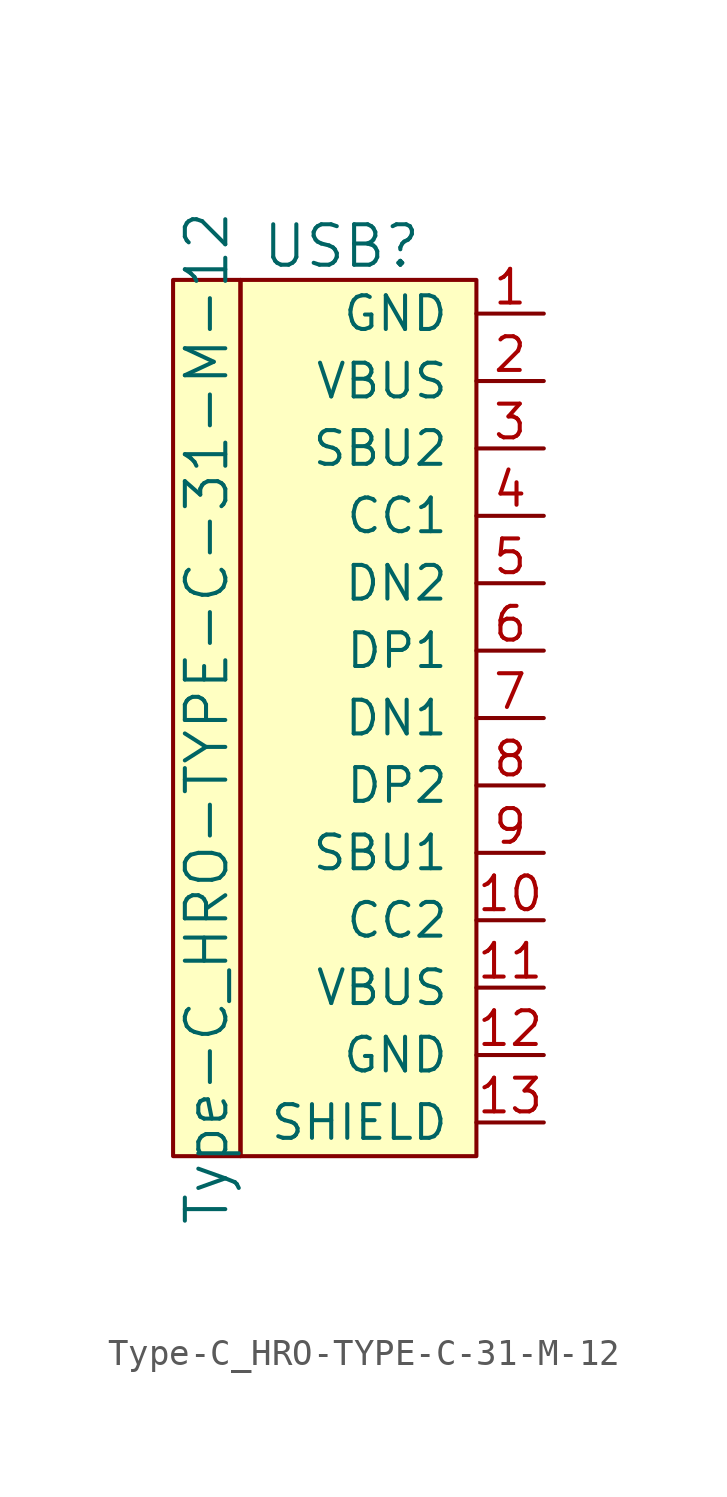
<source format=kicad_sym>
(kicad_symbol_lib
  (version 20231120)
  (generator "kicad_symbol_editor")
  (generator_version "8.0")
  (symbol "Type-C_HRO-TYPE-C-31-M-12"
    (pin_names
      (offset 1.016))
    (property "Reference" "USB"
      (at -5.08 16.51 0)
      (effects (font (size 1.524 1.524))))
    (property "Value" "Type-C_HRO-TYPE-C-31-M-12"
      (at -10.16 -1.27 90)
      (effects (font (size 1.524 1.524))))
    (symbol "Type-C_HRO-TYPE-C-31-M-12_0_1"
      (rectangle (start -11.43 15.24) (end -8.89 -17.78) (stroke (width 0) (type solid)) (fill (type background)))
      (rectangle (start 0 -17.78) (end -8.89 15.24) (stroke (width 0) (type solid)) (fill (type background))))
    (symbol "Type-C_HRO-TYPE-C-31-M-12_1_1"
      (pin input line (at 2.54 13.97 180) (length 2.54) (name "GND" (effects (font (size 1.27 1.27)))) (number "1" (effects (font (size 1.27 1.27)))))
      (pin input line (at 2.54 -8.89 180) (length 2.54) (name "CC2" (effects (font (size 1.27 1.27)))) (number "10" (effects (font (size 1.27 1.27)))))
      (pin input line (at 2.54 -11.43 180) (length 2.54) (name "VBUS" (effects (font (size 1.27 1.27)))) (number "11" (effects (font (size 1.27 1.27)))))
      (pin input line (at 2.54 -13.97 180) (length 2.54) (name "GND" (effects (font (size 1.27 1.27)))) (number "12" (effects (font (size 1.27 1.27)))))
      (pin input line (at 2.54 -16.51 180) (length 2.54) (name "SHIELD" (effects (font (size 1.27 1.27)))) (number "13" (effects (font (size 1.27 1.27)))))
      (pin input line (at 2.54 11.43 180) (length 2.54) (name "VBUS" (effects (font (size 1.27 1.27)))) (number "2" (effects (font (size 1.27 1.27)))))
      (pin input line (at 2.54 8.89 180) (length 2.54) (name "SBU2" (effects (font (size 1.27 1.27)))) (number "3" (effects (font (size 1.27 1.27)))))
      (pin input line (at 2.54 6.35 180) (length 2.54) (name "CC1" (effects (font (size 1.27 1.27)))) (number "4" (effects (font (size 1.27 1.27)))))
      (pin input line (at 2.54 3.81 180) (length 2.54) (name "DN2" (effects (font (size 1.27 1.27)))) (number "5" (effects (font (size 1.27 1.27)))))
      (pin input line (at 2.54 1.27 180) (length 2.54) (name "DP1" (effects (font (size 1.27 1.27)))) (number "6" (effects (font (size 1.27 1.27)))))
      (pin input line (at 2.54 -1.27 180) (length 2.54) (name "DN1" (effects (font (size 1.27 1.27)))) (number "7" (effects (font (size 1.27 1.27)))))
      (pin input line (at 2.54 -3.81 180) (length 2.54) (name "DP2" (effects (font (size 1.27 1.27)))) (number "8" (effects (font (size 1.27 1.27)))))
      (pin input line (at 2.54 -6.35 180) (length 2.54) (name "SBU1" (effects (font (size 1.27 1.27)))) (number "9" (effects (font (size 1.27 1.27))))))))
</source>
